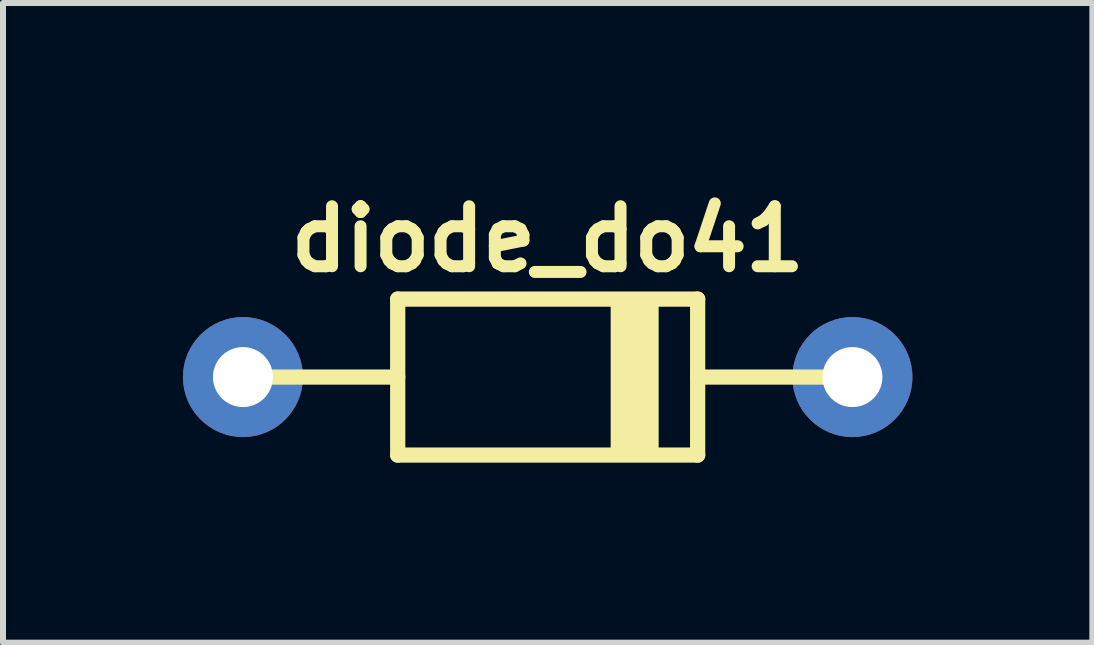
<source format=kicad_pcb>
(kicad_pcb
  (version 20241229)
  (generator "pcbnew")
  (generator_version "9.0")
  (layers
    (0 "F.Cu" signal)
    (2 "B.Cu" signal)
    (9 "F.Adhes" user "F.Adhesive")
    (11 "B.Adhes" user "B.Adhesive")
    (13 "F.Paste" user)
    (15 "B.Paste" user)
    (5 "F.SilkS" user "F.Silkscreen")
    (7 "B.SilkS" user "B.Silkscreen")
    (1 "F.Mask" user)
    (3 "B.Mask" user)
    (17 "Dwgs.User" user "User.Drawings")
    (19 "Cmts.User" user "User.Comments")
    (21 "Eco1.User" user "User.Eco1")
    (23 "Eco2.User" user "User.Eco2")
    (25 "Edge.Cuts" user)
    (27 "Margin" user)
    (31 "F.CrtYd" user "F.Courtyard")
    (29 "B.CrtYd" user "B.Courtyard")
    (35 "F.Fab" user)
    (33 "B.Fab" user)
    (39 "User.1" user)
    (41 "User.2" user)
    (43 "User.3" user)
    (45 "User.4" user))
  (footprint "diode_do41"
    (layer "F.Cu")
    (at 6.08 3.236)
    (property "Reference" "diode_do41" (at 0 -2.3 0) (layer "F.SilkS") (effects (font (size 1 1) (thickness 0.2))))
    (attr through_hole)
    (fp_line (start -2.5 -1.3) (end -2.5 1.3) (stroke (width 0.254) (type solid)) (layer "F.SilkS"))
    (fp_line (start -2.5 -1.3) (end 2.5 -1.3) (stroke (width 0.254) (type solid)) (layer "F.SilkS"))
    (fp_line (start -2.5 0) (end -4.8 0) (stroke (width 0.254) (type solid)) (layer "F.SilkS"))
    (fp_line (start 2.5 -1.3) (end 2.5 1.3) (stroke (width 0.254) (type solid)) (layer "F.SilkS"))
    (fp_line (start 2.5 1.3) (end -2.5 1.3) (stroke (width 0.254) (type solid)) (layer "F.SilkS"))
    (fp_line (start 4.8 0) (end 2.5 0) (stroke (width 0.254) (type solid)) (layer "F.SilkS"))
    (fp_poly (pts (xy 1.8 1.3) (xy 1.1 1.3) (xy 1.1 -1.3) (xy 1.8 -1.3)) (stroke (width 0.1) (type solid)) (fill yes) (layer "F.SilkS"))
    (pad "1" thru_hole circle (at -5.08 0) (size 2 2) (drill 1) (layers "*.Cu" "*.Mask"))
    (pad "2" thru_hole circle (at 5.08 0) (size 2 2) (drill 1) (layers "*.Cu" "*.Mask")))
  (gr_rect
    (start -3 -3)
    (end 15.16 7.663)
    (stroke (width 0.1) (type default))
    (fill no)
    (layer "Edge.Cuts")))
</source>
